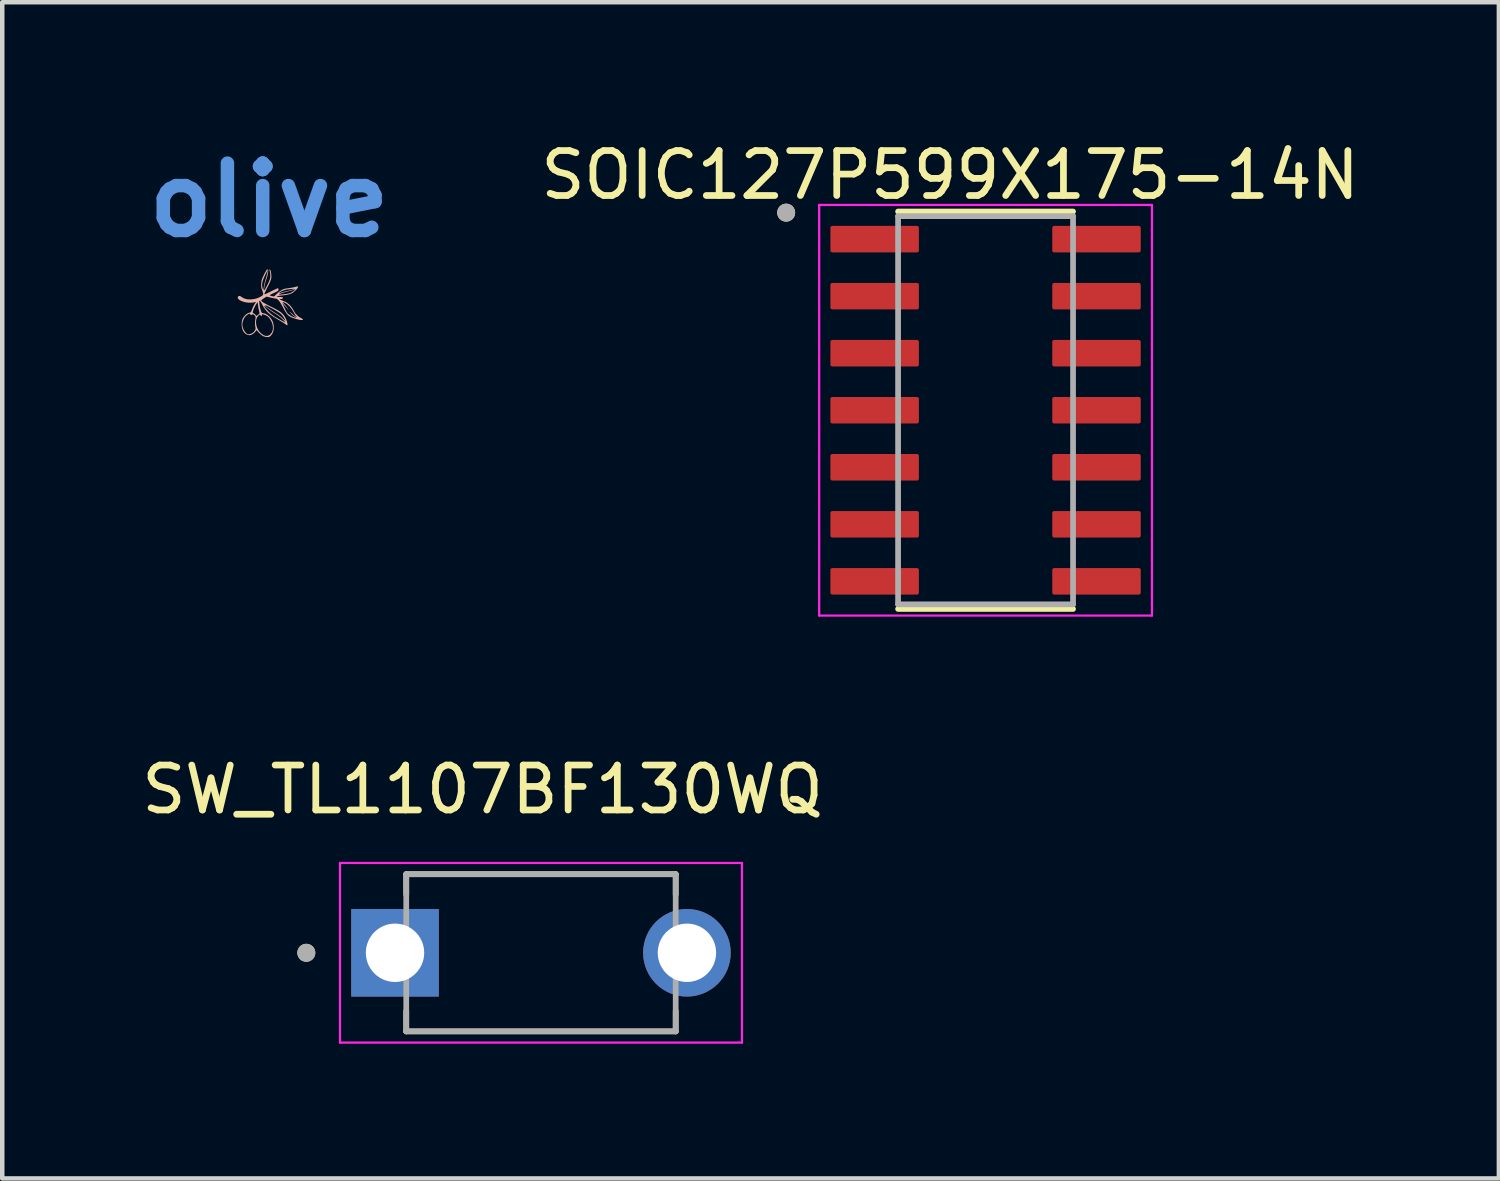
<source format=kicad_pcb>
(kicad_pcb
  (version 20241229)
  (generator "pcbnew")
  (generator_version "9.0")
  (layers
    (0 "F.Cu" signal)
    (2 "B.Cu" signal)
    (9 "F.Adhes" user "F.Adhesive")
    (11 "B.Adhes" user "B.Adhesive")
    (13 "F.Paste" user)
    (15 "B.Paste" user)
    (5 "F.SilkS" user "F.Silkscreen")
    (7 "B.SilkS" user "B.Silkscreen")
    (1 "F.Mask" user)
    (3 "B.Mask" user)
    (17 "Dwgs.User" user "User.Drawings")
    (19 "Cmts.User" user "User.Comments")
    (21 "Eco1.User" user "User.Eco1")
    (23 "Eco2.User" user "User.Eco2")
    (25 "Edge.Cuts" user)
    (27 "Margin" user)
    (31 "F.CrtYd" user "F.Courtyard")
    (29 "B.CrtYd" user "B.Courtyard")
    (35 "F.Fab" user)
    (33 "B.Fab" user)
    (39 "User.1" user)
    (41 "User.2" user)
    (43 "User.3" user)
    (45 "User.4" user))
  (footprint "olive"
    (layer "F.Cu")
    (at 2.943 3.944)
    (property "Reference" "olive" (at 0 -2.54 0) (layer "Cmts.User") (effects (font (size 1.5 1.5) (thickness 0.3))))
    (attr board_only exclude_from_pos_files exclude_from_bom)
    (fp_poly (pts (xy 0.025 -0.985) (xy 0.035 -0.96) (xy 0.042 -0.924) (xy 0.048 -0.882) (xy 0.05 -0.84) (xy 0.048 -0.803) (xy 0.039 -0.766) (xy 0.02 -0.716) (xy -0.01 -0.652) (xy -0.032 -0.61) (xy -0.058 -0.559) (xy -0.079 -0.514) (xy -0.095 -0.479) (xy -0.104 -0.456) (xy -0.105 -0.451) (xy -0.102 -0.444) (xy -0.093 -0.444) (xy -0.075 -0.449) (xy -0.045 -0.463) (xy -0.001 -0.484) (xy 0.038 -0.504) (xy 0.088 -0.529) (xy 0.133 -0.55) (xy 0.168 -0.566) (xy 0.19 -0.575) (xy 0.195 -0.576) (xy 0.206 -0.567) (xy 0.209 -0.547) (xy 0.208 -0.533) (xy 0.201 -0.522) (xy 0.185 -0.509) (xy 0.157 -0.494) (xy 0.113 -0.474) (xy 0.11 -0.472) (xy 0.069 -0.453) (xy 0.036 -0.436) (xy 0.016 -0.424) (xy 0.01 -0.42) (xy 0.02 -0.414) (xy 0.043 -0.406) (xy 0.059 -0.402) (xy 0.107 -0.391) (xy 0.155 -0.435) (xy 0.22 -0.435) (xy 0.227 -0.431) (xy 0.25 -0.432) (xy 0.259 -0.433) (xy 0.292 -0.438) (xy 0.334 -0.443) (xy 0.361 -0.446) (xy 0.404 -0.453) (xy 0.445 -0.462) (xy 0.464 -0.467) (xy 0.489 -0.479) (xy 0.518 -0.496) (xy 0.547 -0.515) (xy 0.57 -0.533) (xy 0.583 -0.547) (xy 0.583 -0.551) (xy 0.572 -0.55) (xy 0.549 -0.543) (xy 0.54 -0.539) (xy 0.511 -0.529) (xy 0.469 -0.517) (xy 0.422 -0.506) (xy 0.41 -0.503) (xy 0.363 -0.492) (xy 0.319 -0.479) (xy 0.28 -0.466) (xy 0.249 -0.453) (xy 0.229 -0.443) (xy 0.22 -0.435) (xy 0.155 -0.435) (xy 0.184 -0.462) (xy 0.184 -0.463) (xy 0.222 -0.463) (xy 0.234 -0.465) (xy 0.26 -0.474) (xy 0.278 -0.481) (xy 0.319 -0.494) (xy 0.362 -0.505) (xy 0.377 -0.508) (xy 0.406 -0.513) (xy 0.442 -0.522) (xy 0.48 -0.533) (xy 0.514 -0.544) (xy 0.54 -0.553) (xy 0.553 -0.56) (xy 0.553 -0.561) (xy 0.542 -0.562) (xy 0.514 -0.56) (xy 0.476 -0.557) (xy 0.454 -0.555) (xy 0.383 -0.545) (xy 0.32 -0.528) (xy 0.269 -0.506) (xy 0.235 -0.481) (xy 0.235 -0.481) (xy 0.224 -0.468) (xy 0.222 -0.463) (xy 0.184 -0.463) (xy 0.233 -0.505) (xy 0.276 -0.535) (xy 0.318 -0.555) (xy 0.367 -0.568) (xy 0.429 -0.577) (xy 0.429 -0.577) (xy 0.48 -0.584) (xy 0.532 -0.593) (xy 0.575 -0.603) (xy 0.579 -0.604) (xy 0.612 -0.612) (xy 0.636 -0.616) (xy 0.646 -0.615) (xy 0.645 -0.601) (xy 0.631 -0.577) (xy 0.606 -0.546) (xy 0.58 -0.519) (xy 0.54 -0.485) (xy 0.497 -0.459) (xy 0.446 -0.441) (xy 0.383 -0.427) (xy 0.303 -0.417) (xy 0.301 -0.416) (xy 0.245 -0.41) (xy 0.204 -0.403) (xy 0.178 -0.396) (xy 0.17 -0.39) (xy 0.179 -0.385) (xy 0.208 -0.382) (xy 0.231 -0.382) (xy 0.266 -0.38) (xy 0.292 -0.376) (xy 0.302 -0.373) (xy 0.31 -0.361) (xy 0.301 -0.348) (xy 0.281 -0.338) (xy 0.258 -0.335) (xy 0.238 -0.333) (xy 0.237 -0.326) (xy 0.256 -0.316) (xy 0.293 -0.302) (xy 0.3 -0.299) (xy 0.384 -0.262) (xy 0.454 -0.208) (xy 0.512 -0.137) (xy 0.541 -0.087) (xy 0.587 -0.012) (xy 0.645 0.047) (xy 0.696 0.08) (xy 0.733 0.101) (xy 0.75 0.117) (xy 0.751 0.128) (xy 0.735 0.133) (xy 0.704 0.131) (xy 0.66 0.124) (xy 0.604 0.11) (xy 0.565 0.098) (xy 0.512 0.08) (xy 0.469 0.06) (xy 0.433 0.036) (xy 0.401 0.004) (xy 0.37 -0.039) (xy 0.337 -0.095) (xy 0.299 -0.167) (xy 0.295 -0.175) (xy 0.257 -0.242) (xy 0.255 -0.246) (xy 0.293 -0.246) (xy 0.335 -0.157) (xy 0.355 -0.114) (xy 0.374 -0.075) (xy 0.389 -0.047) (xy 0.393 -0.039) (xy 0.416 -0.012) (xy 0.452 0.018) (xy 0.495 0.046) (xy 0.539 0.067) (xy 0.542 0.068) (xy 0.577 0.079) (xy 0.596 0.082) (xy 0.598 0.078) (xy 0.582 0.065) (xy 0.576 0.062) (xy 0.513 0.015) (xy 0.462 -0.042) (xy 0.458 -0.047) (xy 0.453 -0.057) (xy 0.462 -0.052) (xy 0.484 -0.033) (xy 0.498 -0.02) (xy 0.533 0.011) (xy 0.567 0.038) (xy 0.594 0.056) (xy 0.597 0.058) (xy 0.634 0.076) (xy 0.606 0.05) (xy 0.585 0.025) (xy 0.563 -0.009) (xy 0.55 -0.033) (xy 0.503 -0.111) (xy 0.45 -0.177) (xy 0.392 -0.228) (xy 0.332 -0.261) (xy 0.314 -0.267) (xy 0.301 -0.27) (xy 0.299 -0.266) (xy 0.31 -0.252) (xy 0.33 -0.229) (xy 0.362 -0.192) (xy 0.394 -0.15) (xy 0.407 -0.131) (xy 0.442 -0.079) (xy 0.402 -0.126) (xy 0.372 -0.16) (xy 0.341 -0.194) (xy 0.327 -0.209) (xy 0.293 -0.246) (xy 0.255 -0.246) (xy 0.221 -0.294) (xy 0.186 -0.329) (xy 0.155 -0.345) (xy 0.146 -0.346) (xy 0.126 -0.348) (xy 0.092 -0.354) (xy 0.05 -0.363) (xy 0.032 -0.367) (xy -0.059 -0.389) (xy -0.1 -0.363) (xy -0.139 -0.337) (xy -0.163 -0.32) (xy -0.175 -0.309) (xy -0.175 -0.299) (xy -0.167 -0.288) (xy -0.157 -0.278) (xy -0.14 -0.264) (xy -0.107 -0.244) (xy -0.062 -0.219) (xy -0.008 -0.19) (xy 0.051 -0.161) (xy 0.052 -0.16) (xy 0.135 -0.118) (xy 0.201 -0.081) (xy 0.253 -0.047) (xy 0.293 -0.012) (xy 0.326 0.025) (xy 0.353 0.067) (xy 0.371 0.1) (xy 0.386 0.136) (xy 0.398 0.174) (xy 0.406 0.209) (xy 0.409 0.236) (xy 0.406 0.25) (xy 0.404 0.251) (xy 0.391 0.245) (xy 0.369 0.23) (xy 0.358 0.222) (xy 0.335 0.206) (xy 0.298 0.182) (xy 0.252 0.154) (xy 0.201 0.124) (xy 0.184 0.114) (xy 0.093 0.059) (xy 0.019 0.006) (xy -0.04 -0.046) (xy -0.087 -0.101) (xy -0.126 -0.162) (xy -0.138 -0.185) (xy -0.14 -0.189) (xy -0.112 -0.189) (xy -0.11 -0.181) (xy -0.101 -0.161) (xy -0.097 -0.154) (xy -0.074 -0.121) (xy -0.038 -0.081) (xy 0.005 -0.038) (xy 0.052 0.004) (xy 0.097 0.039) (xy 0.131 0.061) (xy 0.172 0.084) (xy 0.221 0.112) (xy 0.268 0.139) (xy 0.272 0.141) (xy 0.309 0.162) (xy 0.339 0.178) (xy 0.358 0.186) (xy 0.361 0.187) (xy 0.359 0.181) (xy 0.344 0.163) (xy 0.32 0.137) (xy 0.3 0.117) (xy 0.251 0.072) (xy 0.192 0.027) (xy 0.135 -0.011) (xy 0.084 -0.043) (xy 0.03 -0.08) (xy -0.018 -0.116) (xy -0.034 -0.128) (xy -0.067 -0.155) (xy -0.093 -0.175) (xy -0.109 -0.187) (xy -0.112 -0.189) (xy -0.14 -0.189) (xy -0.143 -0.194) (xy -0.088 -0.194) (xy -0.085 -0.185) (xy -0.066 -0.167) (xy -0.033 -0.141) (xy 0.014 -0.108) (xy 0.072 -0.068) (xy 0.142 -0.023) (xy 0.194 0.01) (xy 0.234 0.038) (xy 0.277 0.073) (xy 0.307 0.101) (xy 0.334 0.126) (xy 0.355 0.144) (xy 0.365 0.151) (xy 0.365 0.151) (xy 0.363 0.141) (xy 0.351 0.118) (xy 0.334 0.089) (xy 0.309 0.051) (xy 0.28 0.014) (xy 0.262 -0.005) (xy 0.24 -0.022) (xy 0.204 -0.046) (xy 0.158 -0.074) (xy 0.106 -0.104) (xy 0.053 -0.133) (xy 0.003 -0.159) (xy -0.039 -0.179) (xy -0.07 -0.192) (xy -0.074 -0.193) (xy -0.088 -0.194) (xy -0.143 -0.194) (xy -0.16 -0.226) (xy -0.181 -0.261) (xy -0.197 -0.285) (xy -0.203 -0.291) (xy -0.213 -0.299) (xy -0.219 -0.299) (xy -0.22 -0.287) (xy -0.219 -0.26) (xy -0.217 -0.23) (xy -0.21 -0.18) (xy -0.199 -0.126) (xy -0.188 -0.086) (xy -0.175 -0.051) (xy -0.164 -0.031) (xy -0.152 -0.022) (xy -0.138 -0.021) (xy -0.09 -0.011) (xy -0.04 0.016) (xy 0.007 0.056) (xy 0.048 0.106) (xy 0.079 0.163) (xy 0.083 0.174) (xy 0.101 0.245) (xy 0.104 0.317) (xy 0.092 0.386) (xy 0.066 0.445) (xy 0.039 0.479) (xy 0.014 0.502) (xy -0.012 0.511) (xy -0.041 0.513) (xy -0.086 0.507) (xy -0.13 0.493) (xy -0.133 0.491) (xy -0.164 0.472) (xy -0.199 0.443) (xy -0.23 0.412) (xy -0.282 0.355) (xy -0.3 0.384) (xy -0.33 0.418) (xy -0.369 0.447) (xy -0.409 0.466) (xy -0.437 0.471) (xy -0.49 0.461) (xy -0.536 0.432) (xy -0.574 0.387) (xy -0.584 0.368) (xy -0.603 0.312) (xy -0.612 0.248) (xy -0.612 0.23) (xy -0.597 0.23) (xy -0.589 0.287) (xy -0.568 0.345) (xy -0.537 0.396) (xy -0.522 0.412) (xy -0.497 0.436) (xy -0.478 0.447) (xy -0.456 0.449) (xy -0.439 0.447) (xy -0.402 0.437) (xy -0.367 0.418) (xy -0.363 0.415) (xy -0.329 0.382) (xy -0.307 0.345) (xy -0.302 0.31) (xy -0.305 0.296) (xy -0.311 0.268) (xy -0.314 0.227) (xy -0.314 0.186) (xy -0.293 0.186) (xy -0.285 0.249) (xy -0.265 0.312) (xy -0.233 0.371) (xy -0.189 0.422) (xy -0.181 0.429) (xy -0.128 0.467) (xy -0.077 0.486) (xy -0.029 0.484) (xy 0.014 0.462) (xy 0.024 0.453) (xy 0.061 0.406) (xy 0.081 0.349) (xy 0.085 0.295) (xy 0.078 0.24) (xy 0.058 0.18) (xy 0.028 0.123) (xy -0.008 0.075) (xy -0.034 0.052) (xy -0.066 0.032) (xy -0.099 0.017) (xy -0.129 0.007) (xy -0.152 0.004) (xy -0.164 0.009) (xy -0.162 0.022) (xy -0.161 0.038) (xy -0.163 0.043) (xy -0.174 0.046) (xy -0.188 0.032) (xy -0.206 0.009) (xy -0.238 0.035) (xy -0.27 0.076) (xy -0.288 0.127) (xy -0.293 0.186) (xy -0.314 0.186) (xy -0.314 0.18) (xy -0.311 0.137) (xy -0.305 0.105) (xy -0.304 0.1) (xy -0.3 0.066) (xy -0.316 0.036) (xy -0.343 0.013) (xy -0.364 0.002) (xy -0.374 0.006) (xy -0.375 0.008) (xy -0.386 0.019) (xy -0.404 0.02) (xy -0.417 0.012) (xy -0.419 0.005) (xy -0.426 -0.007) (xy -0.444 -0.007) (xy -0.469 0.004) (xy -0.498 0.024) (xy -0.526 0.051) (xy -0.539 0.067) (xy -0.564 0.108) (xy -0.584 0.159) (xy -0.595 0.209) (xy -0.597 0.23) (xy -0.612 0.23) (xy -0.611 0.183) (xy -0.599 0.125) (xy -0.589 0.1) (xy -0.559 0.054) (xy -0.522 0.014) (xy -0.482 -0.016) (xy -0.444 -0.03) (xy -0.444 -0.03) (xy -0.443 -0.031) (xy -0.365 -0.031) (xy -0.358 -0.021) (xy -0.354 -0.021) (xy -0.338 -0.014) (xy -0.316 0.004) (xy -0.31 0.01) (xy -0.28 0.041) (xy -0.244 0.014) (xy -0.221 -0.009) (xy -0.213 -0.028) (xy -0.214 -0.03) (xy -0.237 -0.127) (xy -0.247 -0.198) (xy -0.255 -0.266) (xy -0.275 -0.24) (xy -0.295 -0.211) (xy -0.317 -0.169) (xy -0.339 -0.123) (xy -0.355 -0.08) (xy -0.362 -0.055) (xy -0.365 -0.031) (xy -0.443 -0.031) (xy -0.421 -0.036) (xy -0.406 -0.047) (xy -0.395 -0.069) (xy -0.387 -0.089) (xy -0.359 -0.159) (xy -0.324 -0.224) (xy -0.306 -0.251) (xy -0.295 -0.268) (xy -0.296 -0.273) (xy -0.309 -0.268) (xy -0.33 -0.262) (xy -0.364 -0.257) (xy -0.4 -0.254) (xy -0.46 -0.254) (xy -0.518 -0.261) (xy -0.573 -0.275) (xy -0.622 -0.293) (xy -0.661 -0.315) (xy -0.689 -0.338) (xy -0.7 -0.363) (xy -0.695 -0.385) (xy -0.675 -0.404) (xy -0.648 -0.403) (xy -0.617 -0.383) (xy -0.563 -0.351) (xy -0.497 -0.331) (xy -0.422 -0.326) (xy -0.343 -0.333) (xy -0.264 -0.354) (xy -0.221 -0.372) (xy -0.174 -0.396) (xy -0.145 -0.418) (xy -0.132 -0.442) (xy -0.134 -0.472) (xy -0.148 -0.514) (xy -0.154 -0.529) (xy -0.168 -0.565) (xy -0.175 -0.597) (xy -0.177 -0.633) (xy -0.177 -0.641) (xy -0.157 -0.641) (xy -0.148 -0.583) (xy -0.147 -0.579) (xy -0.139 -0.552) (xy -0.133 -0.536) (xy -0.132 -0.534) (xy -0.129 -0.544) (xy -0.124 -0.569) (xy -0.118 -0.606) (xy -0.116 -0.619) (xy -0.106 -0.67) (xy -0.092 -0.729) (xy -0.076 -0.786) (xy -0.072 -0.797) (xy -0.062 -0.831) (xy -0.053 -0.868) (xy -0.044 -0.905) (xy -0.037 -0.939) (xy -0.032 -0.965) (xy -0.031 -0.981) (xy -0.033 -0.983) (xy -0.037 -0.974) (xy -0.045 -0.959) (xy -0.059 -0.929) (xy -0.078 -0.89) (xy -0.096 -0.853) (xy -0.131 -0.773) (xy -0.151 -0.704) (xy -0.157 -0.641) (xy -0.177 -0.641) (xy -0.176 -0.676) (xy -0.173 -0.714) (xy -0.168 -0.746) (xy -0.16 -0.777) (xy -0.145 -0.813) (xy -0.123 -0.86) (xy -0.115 -0.877) (xy -0.088 -0.93) (xy -0.067 -0.966) (xy -0.052 -0.987) (xy -0.039 -0.994) (xy -0.038 -0.994) (xy -0.027 -0.993) (xy -0.022 -0.984) (xy -0.021 -0.964) (xy -0.024 -0.929) (xy -0.031 -0.886) (xy -0.043 -0.834) (xy -0.059 -0.784) (xy -0.062 -0.777) (xy -0.075 -0.737) (xy -0.087 -0.691) (xy -0.098 -0.643) (xy -0.107 -0.598) (xy -0.113 -0.56) (xy -0.114 -0.536) (xy -0.113 -0.528) (xy -0.105 -0.534) (xy -0.091 -0.554) (xy -0.073 -0.587) (xy -0.052 -0.626) (xy -0.031 -0.669) (xy -0.01 -0.712) (xy 0.006 -0.75) (xy 0.018 -0.78) (xy 0.021 -0.791) (xy 0.027 -0.845) (xy 0.024 -0.905) (xy 0.014 -0.959) (xy 0.009 -0.971) (xy 0.006 -0.99) (xy 0.015 -0.995)) (stroke (width 0) (type solid)) (fill yes) (layer "B.SilkS")))
  (footprint "SOIC127P599X175-14N"
    (layer "F.Cu")
    (at 18.896 6.085)
    (property "Reference" "SOIC127P599X175-14N" (at -0.79 -5.237 0) (layer "F.SilkS") (effects (font (size 1 1) (thickness 0.15))))
    (attr smd)
    (fp_line (start -1.948 -4.425) (end 1.948 -4.425) (stroke (width 0.127) (type solid)) (layer "F.SilkS"))
    (fp_line (start -1.948 4.425) (end 1.948 4.425) (stroke (width 0.127) (type solid)) (layer "F.SilkS"))
    (fp_circle (center -4.44 -4.4) (end -4.34 -4.4) (stroke (width 0.2) (type solid)) (fill no) (layer "F.SilkS"))
    (fp_line (start -3.705 -4.572) (end -3.705 4.572) (stroke (width 0.05) (type solid)) (layer "F.CrtYd"))
    (fp_line (start -3.705 -4.572) (end 3.705 -4.572) (stroke (width 0.05) (type solid)) (layer "F.CrtYd"))
    (fp_line (start -3.705 4.572) (end 3.705 4.572) (stroke (width 0.05) (type solid)) (layer "F.CrtYd"))
    (fp_line (start 3.705 -4.572) (end 3.705 4.572) (stroke (width 0.05) (type solid)) (layer "F.CrtYd"))
    (fp_line (start -1.948 -4.322) (end -1.948 4.322) (stroke (width 0.127) (type solid)) (layer "F.Fab"))
    (fp_line (start -1.948 -4.322) (end 1.948 -4.322) (stroke (width 0.127) (type solid)) (layer "F.Fab"))
    (fp_line (start -1.948 4.322) (end 1.948 4.322) (stroke (width 0.127) (type solid)) (layer "F.Fab"))
    (fp_line (start 1.948 -4.322) (end 1.948 4.322) (stroke (width 0.127) (type solid)) (layer "F.Fab"))
    (fp_circle (center -4.44 -4.4) (end -4.34 -4.4) (stroke (width 0.2) (type solid)) (fill no) (layer "F.Fab"))
    (pad "1" smd roundrect (at -2.47 -3.81) (size 1.97 0.59) (layers "F.Cu" "F.Mask" "F.Paste") (roundrect_rratio 0.07))
    (pad "2" smd roundrect (at -2.47 -2.54) (size 1.97 0.59) (layers "F.Cu" "F.Mask" "F.Paste") (roundrect_rratio 0.07))
    (pad "3" smd roundrect (at -2.47 -1.27) (size 1.97 0.59) (layers "F.Cu" "F.Mask" "F.Paste") (roundrect_rratio 0.07))
    (pad "4" smd roundrect (at -2.47 0) (size 1.97 0.59) (layers "F.Cu" "F.Mask" "F.Paste") (roundrect_rratio 0.07))
    (pad "5" smd roundrect (at -2.47 1.27) (size 1.97 0.59) (layers "F.Cu" "F.Mask" "F.Paste") (roundrect_rratio 0.07))
    (pad "6" smd roundrect (at -2.47 2.54) (size 1.97 0.59) (layers "F.Cu" "F.Mask" "F.Paste") (roundrect_rratio 0.07))
    (pad "7" smd roundrect (at -2.47 3.81) (size 1.97 0.59) (layers "F.Cu" "F.Mask" "F.Paste") (roundrect_rratio 0.07))
    (pad "8" smd roundrect (at 2.47 3.81) (size 1.97 0.59) (layers "F.Cu" "F.Mask" "F.Paste") (roundrect_rratio 0.07))
    (pad "9" smd roundrect (at 2.47 2.54) (size 1.97 0.59) (layers "F.Cu" "F.Mask" "F.Paste") (roundrect_rratio 0.07))
    (pad "10" smd roundrect (at 2.47 1.27) (size 1.97 0.59) (layers "F.Cu" "F.Mask" "F.Paste") (roundrect_rratio 0.07))
    (pad "11" smd roundrect (at 2.47 0) (size 1.97 0.59) (layers "F.Cu" "F.Mask" "F.Paste") (roundrect_rratio 0.07))
    (pad "12" smd roundrect (at 2.47 -1.27) (size 1.97 0.59) (layers "F.Cu" "F.Mask" "F.Paste") (roundrect_rratio 0.07))
    (pad "13" smd roundrect (at 2.47 -2.54) (size 1.97 0.59) (layers "F.Cu" "F.Mask" "F.Paste") (roundrect_rratio 0.07))
    (pad "14" smd roundrect (at 2.47 -3.81) (size 1.97 0.59) (layers "F.Cu" "F.Mask" "F.Paste") (roundrect_rratio 0.07)))
  (footprint "SW_TL1107BF130WQ"
    (layer "F.Cu")
    (at 8.996 18.166)
    (property "Reference" "SW_TL1107BF130WQ" (at -1.3 -3.635 0) (layer "F.SilkS") (effects (font (size 1 1) (thickness 0.15))))
    (attr through_hole)
    (fp_line (start -3 -1.75) (end -3 -1.295) (stroke (width 0.127) (type solid)) (layer "F.SilkS"))
    (fp_line (start -3 1.75) (end -3 1.295) (stroke (width 0.127) (type solid)) (layer "F.SilkS"))
    (fp_line (start -3 1.75) (end 3 1.75) (stroke (width 0.127) (type solid)) (layer "F.SilkS"))
    (fp_line (start 3 -1.75) (end -3 -1.75) (stroke (width 0.127) (type solid)) (layer "F.SilkS"))
    (fp_line (start 3 -1.295) (end 3 -1.75) (stroke (width 0.127) (type solid)) (layer "F.SilkS"))
    (fp_line (start 3 1.75) (end 3 1.295) (stroke (width 0.127) (type solid)) (layer "F.SilkS"))
    (fp_circle (center -5.225 0) (end -5.125 0) (stroke (width 0.2) (type solid)) (fill no) (layer "F.SilkS"))
    (fp_line (start -4.475 -2) (end -4.475 2) (stroke (width 0.05) (type solid)) (layer "F.CrtYd"))
    (fp_line (start -4.475 2) (end 4.475 2) (stroke (width 0.05) (type solid)) (layer "F.CrtYd"))
    (fp_line (start 4.475 -2) (end -4.475 -2) (stroke (width 0.05) (type solid)) (layer "F.CrtYd"))
    (fp_line (start 4.475 2) (end 4.475 -2) (stroke (width 0.05) (type solid)) (layer "F.CrtYd"))
    (fp_line (start -3 -1.75) (end -3 1.75) (stroke (width 0.127) (type solid)) (layer "F.Fab"))
    (fp_line (start -3 1.75) (end 3 1.75) (stroke (width 0.127) (type solid)) (layer "F.Fab"))
    (fp_line (start 3 -1.75) (end -3 -1.75) (stroke (width 0.127) (type solid)) (layer "F.Fab"))
    (fp_line (start 3 1.75) (end 3 -1.75) (stroke (width 0.127) (type solid)) (layer "F.Fab"))
    (fp_circle (center -5.225 0) (end -5.125 0) (stroke (width 0.2) (type solid)) (fill no) (layer "F.Fab"))
    (pad "1" thru_hole rect (at -3.25 0) (size 1.95 1.95) (drill 1.3) (layers "*.Cu" "*.Mask"))
    (pad "2" thru_hole circle (at 3.25 0) (size 1.95 1.95) (drill 1.3) (layers "*.Cu" "*.Mask")))
  (gr_rect
    (start -3 -3)
    (end 30.326 23.191)
    (stroke (width 0.1) (type default))
    (fill no)
    (layer "Edge.Cuts")))
</source>
